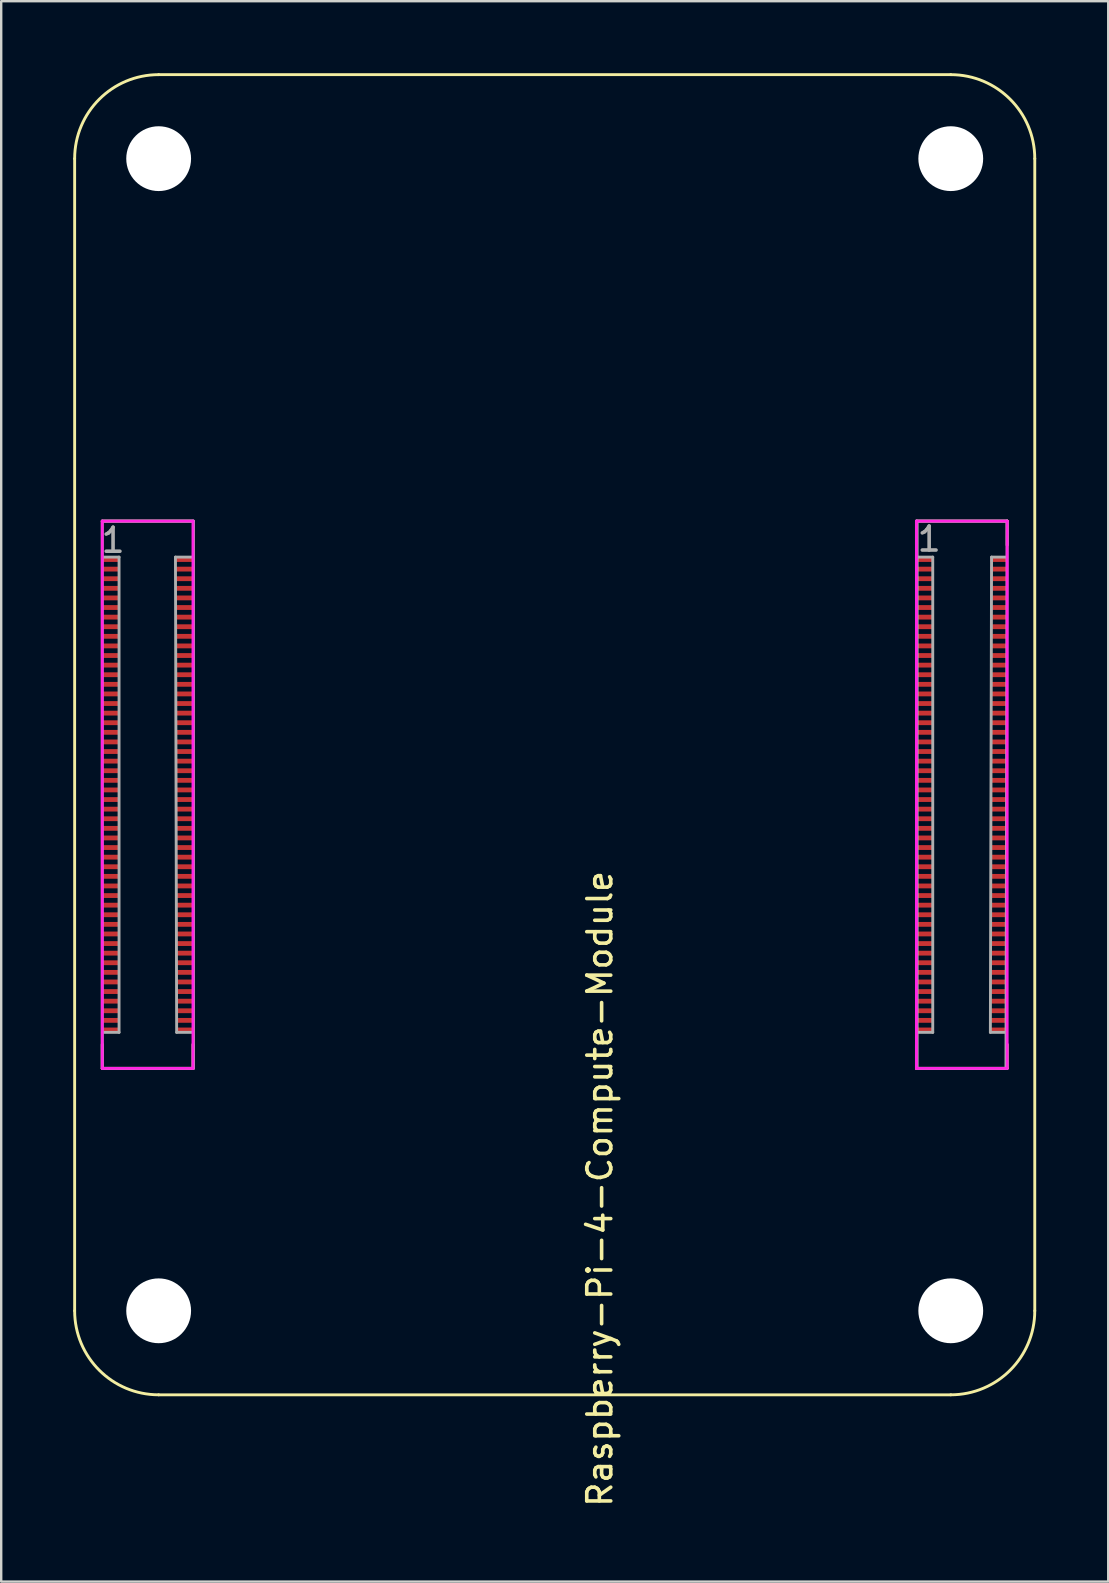
<source format=kicad_pcb>
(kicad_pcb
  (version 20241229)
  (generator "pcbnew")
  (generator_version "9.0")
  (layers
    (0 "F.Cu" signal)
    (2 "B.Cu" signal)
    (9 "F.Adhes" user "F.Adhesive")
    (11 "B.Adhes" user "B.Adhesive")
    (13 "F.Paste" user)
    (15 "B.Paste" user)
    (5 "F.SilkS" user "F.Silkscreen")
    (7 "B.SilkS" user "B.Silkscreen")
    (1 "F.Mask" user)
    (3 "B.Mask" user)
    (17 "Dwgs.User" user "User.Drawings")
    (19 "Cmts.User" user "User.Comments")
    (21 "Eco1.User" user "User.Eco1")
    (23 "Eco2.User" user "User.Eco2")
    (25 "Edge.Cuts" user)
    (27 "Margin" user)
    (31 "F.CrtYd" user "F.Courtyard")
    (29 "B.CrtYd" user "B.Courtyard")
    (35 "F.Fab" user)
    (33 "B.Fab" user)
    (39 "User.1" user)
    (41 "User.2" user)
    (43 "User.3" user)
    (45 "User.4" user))
  (footprint "Raspberry-Pi-4-Compute-Module"
    (layer "F.Cu")
    (at 20.06 30.06)
    (property "Reference" "Raspberry-Pi-4-Compute-Module" (at 1.88 16.42 270) (layer "F.SilkS") (effects (font (size 1 1) (thickness 0.15))))
    (attr smd)
    (fp_line (start -20 -26.5) (end -20 21.5) (stroke (width 0.12) (type solid)) (layer "F.SilkS"))
    (fp_line (start -18.85 -11.4) (end -15.07 -11.4) (stroke (width 0.12) (type solid)) (layer "F.SilkS"))
    (fp_line (start -18.85 11.4) (end -18.85 10.4) (stroke (width 0.12) (type solid)) (layer "F.SilkS"))
    (fp_line (start -18.85 11.4) (end -15.07 11.4) (stroke (width 0.12) (type solid)) (layer "F.SilkS"))
    (fp_line (start -16.5 25) (end 16.5 25) (stroke (width 0.12) (type solid)) (layer "F.SilkS"))
    (fp_line (start -15.07 11.4) (end -15.07 10.4) (stroke (width 0.12) (type solid)) (layer "F.SilkS"))
    (fp_line (start 15.07 -11.4) (end 15.07 -10.4) (stroke (width 0.12) (type solid)) (layer "F.SilkS"))
    (fp_line (start 15.07 -11.4) (end 18.85 -11.4) (stroke (width 0.12) (type solid)) (layer "F.SilkS"))
    (fp_line (start 15.07 11.4) (end 15.07 10.4) (stroke (width 0.12) (type solid)) (layer "F.SilkS"))
    (fp_line (start 15.07 11.4) (end 18.85 11.4) (stroke (width 0.12) (type solid)) (layer "F.SilkS"))
    (fp_line (start 16.5 -30) (end -16.5 -30) (stroke (width 0.12) (type solid)) (layer "F.SilkS"))
    (fp_line (start 18.85 -11.4) (end 18.85 -10.4) (stroke (width 0.12) (type solid)) (layer "F.SilkS"))
    (fp_line (start 18.85 11.4) (end 18.85 10.4) (stroke (width 0.12) (type solid)) (layer "F.SilkS"))
    (fp_line (start 20 21.5) (end 20 -26.5) (stroke (width 0.12) (type solid)) (layer "F.SilkS"))
    (fp_arc (start -20 -26.5) (mid -18.974874 -28.974874) (end -16.5 -30) (stroke (width 0.12) (type solid)) (layer "F.SilkS"))
    (fp_arc (start -16.5 25) (mid -18.974874 23.974874) (end -20 21.5) (stroke (width 0.12) (type solid)) (layer "F.SilkS"))
    (fp_arc (start 16.5 -30) (mid 18.974874 -28.974874) (end 20 -26.5) (stroke (width 0.12) (type solid)) (layer "F.SilkS"))
    (fp_arc (start 20 21.5) (mid 18.974874 23.974874) (end 16.5 25) (stroke (width 0.12) (type solid)) (layer "F.SilkS"))
    (fp_line (start -18.85 -11.4) (end -15.07 -11.4) (stroke (width 0.12) (type solid)) (layer "F.CrtYd"))
    (fp_line (start -18.85 11.4) (end -18.85 -11.4) (stroke (width 0.12) (type solid)) (layer "F.CrtYd"))
    (fp_line (start -15.07 -11.4) (end -15.07 11.4) (stroke (width 0.12) (type solid)) (layer "F.CrtYd"))
    (fp_line (start -15.07 11.4) (end -18.85 11.4) (stroke (width 0.12) (type solid)) (layer "F.CrtYd"))
    (fp_line (start 15.07 -11.4) (end 18.85 -11.4) (stroke (width 0.12) (type solid)) (layer "F.CrtYd"))
    (fp_line (start 15.07 11.4) (end 15.07 -11.4) (stroke (width 0.12) (type solid)) (layer "F.CrtYd"))
    (fp_line (start 18.85 -11.4) (end 18.85 11.4) (stroke (width 0.12) (type solid)) (layer "F.CrtYd"))
    (fp_line (start 18.85 11.4) (end 15.07 11.4) (stroke (width 0.12) (type solid)) (layer "F.CrtYd"))
    (fp_line (start -18.85 -11.4) (end -15.05 -11.4) (stroke (width 0.12) (type solid)) (layer "F.Fab"))
    (fp_line (start -18.85 11.4) (end -18.85 -11.4) (stroke (width 0.12) (type solid)) (layer "F.Fab"))
    (fp_line (start -18.8 -9.9) (end -18.15 -9.9) (stroke (width 0.12) (type solid)) (layer "F.Fab"))
    (fp_line (start -18.15 -9.9) (end -18.15 9.9) (stroke (width 0.12) (type solid)) (layer "F.Fab"))
    (fp_line (start -18.15 9.9) (end -18.8 9.9) (stroke (width 0.12) (type solid)) (layer "F.Fab"))
    (fp_line (start -15.8 -9.9) (end -15.1 -9.9) (stroke (width 0.12) (type solid)) (layer "F.Fab"))
    (fp_line (start -15.75 9.9) (end -15.8 -9.9) (stroke (width 0.12) (type solid)) (layer "F.Fab"))
    (fp_line (start -15.1 9.9) (end -15.75 9.9) (stroke (width 0.12) (type solid)) (layer "F.Fab"))
    (fp_line (start -15.05 -11.4) (end -15.05 11.4) (stroke (width 0.12) (type solid)) (layer "F.Fab"))
    (fp_line (start -15.05 11.4) (end -18.85 11.4) (stroke (width 0.12) (type solid)) (layer "F.Fab"))
    (fp_line (start 15.1 -11.4) (end 18.85 -11.4) (stroke (width 0.12) (type solid)) (layer "F.Fab"))
    (fp_line (start 15.1 11.4) (end 15.1 -11.4) (stroke (width 0.12) (type solid)) (layer "F.Fab"))
    (fp_line (start 15.15 -9.9) (end 15.75 -9.9) (stroke (width 0.12) (type solid)) (layer "F.Fab"))
    (fp_line (start 15.75 -9.9) (end 15.75 9.9) (stroke (width 0.12) (type solid)) (layer "F.Fab"))
    (fp_line (start 15.75 9.9) (end 15.15 9.9) (stroke (width 0.12) (type solid)) (layer "F.Fab"))
    (fp_line (start 18.15 9.9) (end 18.2 -9.9) (stroke (width 0.12) (type solid)) (layer "F.Fab"))
    (fp_line (start 18.2 -9.9) (end 18.8 -9.9) (stroke (width 0.12) (type solid)) (layer "F.Fab"))
    (fp_line (start 18.75 9.9) (end 18.15 9.9) (stroke (width 0.12) (type solid)) (layer "F.Fab"))
    (fp_line (start 18.8 11.4) (end 15.1 11.4) (stroke (width 0.12) (type solid)) (layer "F.Fab"))
    (fp_line (start 18.85 -11.4) (end 18.8 11.4) (stroke (width 0.12) (type solid)) (layer "F.Fab"))
    (fp_text user "1" (at -18.4 -10.6 0) (layer "F.Fab") (effects (font (size 1 1) (thickness 0.15))))
    (fp_text user "1" (at 15.6 -10.65 0) (layer "F.Fab") (effects (font (size 1 1) (thickness 0.15))))
    (pad "" np_thru_hole circle (at -16.5 -26.5) (size 2.7 2.7) (drill 2.7) (layers "*.Cu" "*.Mask"))
    (pad "" np_thru_hole circle (at -16.5 21.5) (size 2.7 2.7) (drill 2.7) (layers "*.Cu" "*.Mask"))
    (pad "" np_thru_hole circle (at 16.5 -26.5) (size 2.7 2.7) (drill 2.7) (layers "*.Cu" "*.Mask"))
    (pad "" np_thru_hole circle (at 16.5 21.5) (size 2.7 2.7) (drill 2.7) (layers "*.Cu" "*.Mask"))
    (pad "1" smd rect (at -18.5 -9.8 270) (size 0.2 0.7) (layers "F.Cu" "F.Mask" "F.Paste"))
    (pad "2" smd rect (at -15.42 -9.8 270) (size 0.2 0.7) (layers "F.Cu" "F.Mask" "F.Paste"))
    (pad "3" smd rect (at -18.5 -9.4 270) (size 0.2 0.7) (layers "F.Cu" "F.Mask" "F.Paste"))
    (pad "4" smd rect (at -15.42 -9.4 270) (size 0.2 0.7) (layers "F.Cu" "F.Mask" "F.Paste"))
    (pad "5" smd rect (at -18.5 -9 270) (size 0.2 0.7) (layers "F.Cu" "F.Mask" "F.Paste"))
    (pad "6" smd rect (at -15.42 -9 270) (size 0.2 0.7) (layers "F.Cu" "F.Mask" "F.Paste"))
    (pad "7" smd rect (at -18.5 -8.6 270) (size 0.2 0.7) (layers "F.Cu" "F.Mask" "F.Paste"))
    (pad "8" smd rect (at -15.42 -8.6 270) (size 0.2 0.7) (layers "F.Cu" "F.Mask" "F.Paste"))
    (pad "9" smd rect (at -18.5 -8.2 270) (size 0.2 0.7) (layers "F.Cu" "F.Mask" "F.Paste"))
    (pad "10" smd rect (at -15.42 -8.2 270) (size 0.2 0.7) (layers "F.Cu" "F.Mask" "F.Paste"))
    (pad "11" smd rect (at -18.5 -7.8 270) (size 0.2 0.7) (layers "F.Cu" "F.Mask" "F.Paste"))
    (pad "12" smd rect (at -15.42 -7.8 270) (size 0.2 0.7) (layers "F.Cu" "F.Mask" "F.Paste"))
    (pad "13" smd rect (at -18.5 -7.4 270) (size 0.2 0.7) (layers "F.Cu" "F.Mask" "F.Paste"))
    (pad "14" smd rect (at -15.42 -7.4 270) (size 0.2 0.7) (layers "F.Cu" "F.Mask" "F.Paste"))
    (pad "15" smd rect (at -18.5 -7 270) (size 0.2 0.7) (layers "F.Cu" "F.Mask" "F.Paste"))
    (pad "16" smd rect (at -15.42 -7 270) (size 0.2 0.7) (layers "F.Cu" "F.Mask" "F.Paste"))
    (pad "17" smd rect (at -18.5 -6.6 270) (size 0.2 0.7) (layers "F.Cu" "F.Mask" "F.Paste"))
    (pad "18" smd rect (at -15.42 -6.6 270) (size 0.2 0.7) (layers "F.Cu" "F.Mask" "F.Paste"))
    (pad "19" smd rect (at -18.5 -6.2 270) (size 0.2 0.7) (layers "F.Cu" "F.Mask" "F.Paste"))
    (pad "20" smd rect (at -15.42 -6.2 270) (size 0.2 0.7) (layers "F.Cu" "F.Mask" "F.Paste"))
    (pad "21" smd rect (at -18.5 -5.8 270) (size 0.2 0.7) (layers "F.Cu" "F.Mask" "F.Paste"))
    (pad "22" smd rect (at -15.42 -5.8 270) (size 0.2 0.7) (layers "F.Cu" "F.Mask" "F.Paste"))
    (pad "23" smd rect (at -18.5 -5.4 270) (size 0.2 0.7) (layers "F.Cu" "F.Mask" "F.Paste"))
    (pad "24" smd rect (at -15.42 -5.4 270) (size 0.2 0.7) (layers "F.Cu" "F.Mask" "F.Paste"))
    (pad "25" smd rect (at -18.5 -5 270) (size 0.2 0.7) (layers "F.Cu" "F.Mask" "F.Paste"))
    (pad "26" smd rect (at -15.42 -5 270) (size 0.2 0.7) (layers "F.Cu" "F.Mask" "F.Paste"))
    (pad "27" smd rect (at -18.5 -4.6 270) (size 0.2 0.7) (layers "F.Cu" "F.Mask" "F.Paste"))
    (pad "28" smd rect (at -15.42 -4.6 270) (size 0.2 0.7) (layers "F.Cu" "F.Mask" "F.Paste"))
    (pad "29" smd rect (at -18.5 -4.2 270) (size 0.2 0.7) (layers "F.Cu" "F.Mask" "F.Paste"))
    (pad "30" smd rect (at -15.42 -4.2 270) (size 0.2 0.7) (layers "F.Cu" "F.Mask" "F.Paste"))
    (pad "31" smd rect (at -18.5 -3.8 270) (size 0.2 0.7) (layers "F.Cu" "F.Mask" "F.Paste"))
    (pad "32" smd rect (at -15.42 -3.8 270) (size 0.2 0.7) (layers "F.Cu" "F.Mask" "F.Paste"))
    (pad "33" smd rect (at -18.5 -3.4 270) (size 0.2 0.7) (layers "F.Cu" "F.Mask" "F.Paste"))
    (pad "34" smd rect (at -15.42 -3.4 270) (size 0.2 0.7) (layers "F.Cu" "F.Mask" "F.Paste"))
    (pad "35" smd rect (at -18.5 -3 270) (size 0.2 0.7) (layers "F.Cu" "F.Mask" "F.Paste"))
    (pad "36" smd rect (at -15.42 -3 270) (size 0.2 0.7) (layers "F.Cu" "F.Mask" "F.Paste"))
    (pad "37" smd rect (at -18.5 -2.6 270) (size 0.2 0.7) (layers "F.Cu" "F.Mask" "F.Paste"))
    (pad "38" smd rect (at -15.42 -2.6 270) (size 0.2 0.7) (layers "F.Cu" "F.Mask" "F.Paste"))
    (pad "39" smd rect (at -18.5 -2.2 270) (size 0.2 0.7) (layers "F.Cu" "F.Mask" "F.Paste"))
    (pad "40" smd rect (at -15.42 -2.2 270) (size 0.2 0.7) (layers "F.Cu" "F.Mask" "F.Paste"))
    (pad "41" smd rect (at -18.5 -1.8 270) (size 0.2 0.7) (layers "F.Cu" "F.Mask" "F.Paste"))
    (pad "42" smd rect (at -15.42 -1.8 270) (size 0.2 0.7) (layers "F.Cu" "F.Mask" "F.Paste"))
    (pad "43" smd rect (at -18.5 -1.4 270) (size 0.2 0.7) (layers "F.Cu" "F.Mask" "F.Paste"))
    (pad "44" smd rect (at -15.42 -1.4 270) (size 0.2 0.7) (layers "F.Cu" "F.Mask" "F.Paste"))
    (pad "45" smd rect (at -18.5 -1 270) (size 0.2 0.7) (layers "F.Cu" "F.Mask" "F.Paste"))
    (pad "46" smd rect (at -15.42 -1 270) (size 0.2 0.7) (layers "F.Cu" "F.Mask" "F.Paste"))
    (pad "47" smd rect (at -18.5 -0.6 270) (size 0.2 0.7) (layers "F.Cu" "F.Mask" "F.Paste"))
    (pad "48" smd rect (at -15.42 -0.6 270) (size 0.2 0.7) (layers "F.Cu" "F.Mask" "F.Paste"))
    (pad "49" smd rect (at -18.5 -0.2 270) (size 0.2 0.7) (layers "F.Cu" "F.Mask" "F.Paste"))
    (pad "50" smd rect (at -15.42 -0.2 270) (size 0.2 0.7) (layers "F.Cu" "F.Mask" "F.Paste"))
    (pad "51" smd rect (at -18.5 0.2 270) (size 0.2 0.7) (layers "F.Cu" "F.Mask" "F.Paste"))
    (pad "52" smd rect (at -15.42 0.2 270) (size 0.2 0.7) (layers "F.Cu" "F.Mask" "F.Paste"))
    (pad "53" smd rect (at -18.5 0.6 270) (size 0.2 0.7) (layers "F.Cu" "F.Mask" "F.Paste"))
    (pad "54" smd rect (at -15.42 0.6 270) (size 0.2 0.7) (layers "F.Cu" "F.Mask" "F.Paste"))
    (pad "55" smd rect (at -18.5 1 270) (size 0.2 0.7) (layers "F.Cu" "F.Mask" "F.Paste"))
    (pad "56" smd rect (at -15.42 1 270) (size 0.2 0.7) (layers "F.Cu" "F.Mask" "F.Paste"))
    (pad "57" smd rect (at -18.5 1.4 270) (size 0.2 0.7) (layers "F.Cu" "F.Mask" "F.Paste"))
    (pad "58" smd rect (at -15.42 1.4 270) (size 0.2 0.7) (layers "F.Cu" "F.Mask" "F.Paste"))
    (pad "59" smd rect (at -18.5 1.8 270) (size 0.2 0.7) (layers "F.Cu" "F.Mask" "F.Paste"))
    (pad "60" smd rect (at -15.42 1.8 270) (size 0.2 0.7) (layers "F.Cu" "F.Mask" "F.Paste"))
    (pad "61" smd rect (at -18.5 2.2 270) (size 0.2 0.7) (layers "F.Cu" "F.Mask" "F.Paste"))
    (pad "62" smd rect (at -15.42 2.2 270) (size 0.2 0.7) (layers "F.Cu" "F.Mask" "F.Paste"))
    (pad "63" smd rect (at -18.5 2.6 270) (size 0.2 0.7) (layers "F.Cu" "F.Mask" "F.Paste"))
    (pad "64" smd rect (at -15.42 2.6 270) (size 0.2 0.7) (layers "F.Cu" "F.Mask" "F.Paste"))
    (pad "65" smd rect (at -18.5 3 270) (size 0.2 0.7) (layers "F.Cu" "F.Mask" "F.Paste"))
    (pad "66" smd rect (at -15.42 3 270) (size 0.2 0.7) (layers "F.Cu" "F.Mask" "F.Paste"))
    (pad "67" smd rect (at -18.5 3.4 270) (size 0.2 0.7) (layers "F.Cu" "F.Mask" "F.Paste"))
    (pad "68" smd rect (at -15.42 3.4 270) (size 0.2 0.7) (layers "F.Cu" "F.Mask" "F.Paste"))
    (pad "69" smd rect (at -18.5 3.8 270) (size 0.2 0.7) (layers "F.Cu" "F.Mask" "F.Paste"))
    (pad "70" smd rect (at -15.42 3.8 270) (size 0.2 0.7) (layers "F.Cu" "F.Mask" "F.Paste"))
    (pad "71" smd rect (at -18.5 4.2 270) (size 0.2 0.7) (layers "F.Cu" "F.Mask" "F.Paste"))
    (pad "72" smd rect (at -15.42 4.2 270) (size 0.2 0.7) (layers "F.Cu" "F.Mask" "F.Paste"))
    (pad "73" smd rect (at -18.5 4.6 270) (size 0.2 0.7) (layers "F.Cu" "F.Mask" "F.Paste"))
    (pad "74" smd rect (at -15.42 4.6 270) (size 0.2 0.7) (layers "F.Cu" "F.Mask" "F.Paste"))
    (pad "75" smd rect (at -18.5 5 270) (size 0.2 0.7) (layers "F.Cu" "F.Mask" "F.Paste"))
    (pad "76" smd rect (at -15.42 5 270) (size 0.2 0.7) (layers "F.Cu" "F.Mask" "F.Paste"))
    (pad "77" smd rect (at -18.5 5.4 270) (size 0.2 0.7) (layers "F.Cu" "F.Mask" "F.Paste"))
    (pad "78" smd rect (at -15.42 5.4 270) (size 0.2 0.7) (layers "F.Cu" "F.Mask" "F.Paste"))
    (pad "79" smd rect (at -18.5 5.8 270) (size 0.2 0.7) (layers "F.Cu" "F.Mask" "F.Paste"))
    (pad "80" smd rect (at -15.42 5.8 270) (size 0.2 0.7) (layers "F.Cu" "F.Mask" "F.Paste"))
    (pad "81" smd rect (at -18.5 6.2 270) (size 0.2 0.7) (layers "F.Cu" "F.Mask" "F.Paste"))
    (pad "82" smd rect (at -15.42 6.2 270) (size 0.2 0.7) (layers "F.Cu" "F.Mask" "F.Paste"))
    (pad "83" smd rect (at -18.5 6.6 270) (size 0.2 0.7) (layers "F.Cu" "F.Mask" "F.Paste"))
    (pad "84" smd rect (at -15.42 6.6 270) (size 0.2 0.7) (layers "F.Cu" "F.Mask" "F.Paste"))
    (pad "85" smd rect (at -18.5 7 270) (size 0.2 0.7) (layers "F.Cu" "F.Mask" "F.Paste"))
    (pad "86" smd rect (at -15.42 7 270) (size 0.2 0.7) (layers "F.Cu" "F.Mask" "F.Paste"))
    (pad "87" smd rect (at -18.5 7.4 270) (size 0.2 0.7) (layers "F.Cu" "F.Mask" "F.Paste"))
    (pad "88" smd rect (at -15.42 7.4 270) (size 0.2 0.7) (layers "F.Cu" "F.Mask" "F.Paste"))
    (pad "89" smd rect (at -18.5 7.8 270) (size 0.2 0.7) (layers "F.Cu" "F.Mask" "F.Paste"))
    (pad "90" smd rect (at -15.42 7.8 270) (size 0.2 0.7) (layers "F.Cu" "F.Mask" "F.Paste"))
    (pad "91" smd rect (at -18.5 8.2 270) (size 0.2 0.7) (layers "F.Cu" "F.Mask" "F.Paste"))
    (pad "92" smd rect (at -15.42 8.2 270) (size 0.2 0.7) (layers "F.Cu" "F.Mask" "F.Paste"))
    (pad "93" smd rect (at -18.5 8.6 270) (size 0.2 0.7) (layers "F.Cu" "F.Mask" "F.Paste"))
    (pad "94" smd rect (at -15.42 8.6 270) (size 0.2 0.7) (layers "F.Cu" "F.Mask" "F.Paste"))
    (pad "95" smd rect (at -18.5 9 270) (size 0.2 0.7) (layers "F.Cu" "F.Mask" "F.Paste"))
    (pad "96" smd rect (at -15.42 9 270) (size 0.2 0.7) (layers "F.Cu" "F.Mask" "F.Paste"))
    (pad "97" smd rect (at -18.5 9.4 270) (size 0.2 0.7) (layers "F.Cu" "F.Mask" "F.Paste"))
    (pad "98" smd rect (at -15.42 9.4 270) (size 0.2 0.7) (layers "F.Cu" "F.Mask" "F.Paste"))
    (pad "99" smd rect (at -18.5 9.8 270) (size 0.2 0.7) (layers "F.Cu" "F.Mask" "F.Paste"))
    (pad "100" smd rect (at -15.42 9.8 270) (size 0.2 0.7) (layers "F.Cu" "F.Mask" "F.Paste"))
    (pad "101" smd rect (at 15.42 -9.8 270) (size 0.2 0.7) (layers "F.Cu" "F.Mask" "F.Paste"))
    (pad "102" smd rect (at 18.5 -9.8 270) (size 0.2 0.7) (layers "F.Cu" "F.Mask" "F.Paste"))
    (pad "103" smd rect (at 15.42 -9.4 270) (size 0.2 0.7) (layers "F.Cu" "F.Mask" "F.Paste"))
    (pad "104" smd rect (at 18.5 -9.4 270) (size 0.2 0.7) (layers "F.Cu" "F.Mask" "F.Paste"))
    (pad "105" smd rect (at 15.42 -9 270) (size 0.2 0.7) (layers "F.Cu" "F.Mask" "F.Paste"))
    (pad "106" smd rect (at 18.5 -9 270) (size 0.2 0.7) (layers "F.Cu" "F.Mask" "F.Paste"))
    (pad "107" smd rect (at 15.42 -8.6 270) (size 0.2 0.7) (layers "F.Cu" "F.Mask" "F.Paste"))
    (pad "108" smd rect (at 18.5 -8.6 270) (size 0.2 0.7) (layers "F.Cu" "F.Mask" "F.Paste"))
    (pad "109" smd rect (at 15.42 -8.2 270) (size 0.2 0.7) (layers "F.Cu" "F.Mask" "F.Paste"))
    (pad "110" smd rect (at 18.5 -8.2 270) (size 0.2 0.7) (layers "F.Cu" "F.Mask" "F.Paste"))
    (pad "111" smd rect (at 15.42 -7.8 270) (size 0.2 0.7) (layers "F.Cu" "F.Mask" "F.Paste"))
    (pad "112" smd rect (at 18.5 -7.8 270) (size 0.2 0.7) (layers "F.Cu" "F.Mask" "F.Paste"))
    (pad "113" smd rect (at 15.42 -7.4 270) (size 0.2 0.7) (layers "F.Cu" "F.Mask" "F.Paste"))
    (pad "114" smd rect (at 18.5 -7.4 270) (size 0.2 0.7) (layers "F.Cu" "F.Mask" "F.Paste"))
    (pad "115" smd rect (at 15.42 -7 270) (size 0.2 0.7) (layers "F.Cu" "F.Mask" "F.Paste"))
    (pad "116" smd rect (at 18.5 -7 270) (size 0.2 0.7) (layers "F.Cu" "F.Mask" "F.Paste"))
    (pad "117" smd rect (at 15.42 -6.6 270) (size 0.2 0.7) (layers "F.Cu" "F.Mask" "F.Paste"))
    (pad "118" smd rect (at 18.5 -6.6 270) (size 0.2 0.7) (layers "F.Cu" "F.Mask" "F.Paste"))
    (pad "119" smd rect (at 15.42 -6.2 270) (size 0.2 0.7) (layers "F.Cu" "F.Mask" "F.Paste"))
    (pad "120" smd rect (at 18.5 -6.2 270) (size 0.2 0.7) (layers "F.Cu" "F.Mask" "F.Paste"))
    (pad "121" smd rect (at 15.42 -5.8 270) (size 0.2 0.7) (layers "F.Cu" "F.Mask" "F.Paste"))
    (pad "122" smd rect (at 18.5 -5.8 270) (size 0.2 0.7) (layers "F.Cu" "F.Mask" "F.Paste"))
    (pad "123" smd rect (at 15.42 -5.4 270) (size 0.2 0.7) (layers "F.Cu" "F.Mask" "F.Paste"))
    (pad "124" smd rect (at 18.5 -5.4 270) (size 0.2 0.7) (layers "F.Cu" "F.Mask" "F.Paste"))
    (pad "125" smd rect (at 15.42 -5 270) (size 0.2 0.7) (layers "F.Cu" "F.Mask" "F.Paste"))
    (pad "126" smd rect (at 18.5 -5 270) (size 0.2 0.7) (layers "F.Cu" "F.Mask" "F.Paste"))
    (pad "127" smd rect (at 15.42 -4.6 270) (size 0.2 0.7) (layers "F.Cu" "F.Mask" "F.Paste"))
    (pad "128" smd rect (at 18.5 -4.6 270) (size 0.2 0.7) (layers "F.Cu" "F.Mask" "F.Paste"))
    (pad "129" smd rect (at 15.42 -4.2 270) (size 0.2 0.7) (layers "F.Cu" "F.Mask" "F.Paste"))
    (pad "130" smd rect (at 18.5 -4.2 270) (size 0.2 0.7) (layers "F.Cu" "F.Mask" "F.Paste"))
    (pad "131" smd rect (at 15.42 -3.8 270) (size 0.2 0.7) (layers "F.Cu" "F.Mask" "F.Paste"))
    (pad "132" smd rect (at 18.5 -3.8 270) (size 0.2 0.7) (layers "F.Cu" "F.Mask" "F.Paste"))
    (pad "133" smd rect (at 15.42 -3.4 270) (size 0.2 0.7) (layers "F.Cu" "F.Mask" "F.Paste"))
    (pad "134" smd rect (at 18.5 -3.4 270) (size 0.2 0.7) (layers "F.Cu" "F.Mask" "F.Paste"))
    (pad "135" smd rect (at 15.42 -3 270) (size 0.2 0.7) (layers "F.Cu" "F.Mask" "F.Paste"))
    (pad "136" smd rect (at 18.5 -3 270) (size 0.2 0.7) (layers "F.Cu" "F.Mask" "F.Paste"))
    (pad "137" smd rect (at 15.42 -2.6 270) (size 0.2 0.7) (layers "F.Cu" "F.Mask" "F.Paste"))
    (pad "138" smd rect (at 18.5 -2.6 270) (size 0.2 0.7) (layers "F.Cu" "F.Mask" "F.Paste"))
    (pad "139" smd rect (at 15.42 -2.2 270) (size 0.2 0.7) (layers "F.Cu" "F.Mask" "F.Paste"))
    (pad "140" smd rect (at 18.5 -2.2 270) (size 0.2 0.7) (layers "F.Cu" "F.Mask" "F.Paste"))
    (pad "141" smd rect (at 15.42 -1.8 270) (size 0.2 0.7) (layers "F.Cu" "F.Mask" "F.Paste"))
    (pad "142" smd rect (at 18.5 -1.8 270) (size 0.2 0.7) (layers "F.Cu" "F.Mask" "F.Paste"))
    (pad "143" smd rect (at 15.42 -1.4 270) (size 0.2 0.7) (layers "F.Cu" "F.Mask" "F.Paste"))
    (pad "144" smd rect (at 18.5 -1.4 270) (size 0.2 0.7) (layers "F.Cu" "F.Mask" "F.Paste"))
    (pad "145" smd rect (at 15.42 -1 270) (size 0.2 0.7) (layers "F.Cu" "F.Mask" "F.Paste"))
    (pad "146" smd rect (at 18.5 -1 270) (size 0.2 0.7) (layers "F.Cu" "F.Mask" "F.Paste"))
    (pad "147" smd rect (at 15.42 -0.6 270) (size 0.2 0.7) (layers "F.Cu" "F.Mask" "F.Paste"))
    (pad "148" smd rect (at 18.5 -0.6 270) (size 0.2 0.7) (layers "F.Cu" "F.Mask" "F.Paste"))
    (pad "149" smd rect (at 15.42 -0.2 270) (size 0.2 0.7) (layers "F.Cu" "F.Mask" "F.Paste"))
    (pad "150" smd rect (at 18.5 -0.2 270) (size 0.2 0.7) (layers "F.Cu" "F.Mask" "F.Paste"))
    (pad "151" smd rect (at 15.42 0.2 270) (size 0.2 0.7) (layers "F.Cu" "F.Mask" "F.Paste"))
    (pad "152" smd rect (at 18.5 0.2 270) (size 0.2 0.7) (layers "F.Cu" "F.Mask" "F.Paste"))
    (pad "153" smd rect (at 15.42 0.6 270) (size 0.2 0.7) (layers "F.Cu" "F.Mask" "F.Paste"))
    (pad "154" smd rect (at 18.5 0.6 270) (size 0.2 0.7) (layers "F.Cu" "F.Mask" "F.Paste"))
    (pad "155" smd rect (at 15.42 1 270) (size 0.2 0.7) (layers "F.Cu" "F.Mask" "F.Paste"))
    (pad "156" smd rect (at 18.5 1 270) (size 0.2 0.7) (layers "F.Cu" "F.Mask" "F.Paste"))
    (pad "157" smd rect (at 15.42 1.4 270) (size 0.2 0.7) (layers "F.Cu" "F.Mask" "F.Paste"))
    (pad "158" smd rect (at 18.5 1.4 270) (size 0.2 0.7) (layers "F.Cu" "F.Mask" "F.Paste"))
    (pad "159" smd rect (at 15.42 1.8 270) (size 0.2 0.7) (layers "F.Cu" "F.Mask" "F.Paste"))
    (pad "160" smd rect (at 18.5 1.8 270) (size 0.2 0.7) (layers "F.Cu" "F.Mask" "F.Paste"))
    (pad "161" smd rect (at 15.42 2.2 270) (size 0.2 0.7) (layers "F.Cu" "F.Mask" "F.Paste"))
    (pad "162" smd rect (at 18.5 2.2 270) (size 0.2 0.7) (layers "F.Cu" "F.Mask" "F.Paste"))
    (pad "163" smd rect (at 15.42 2.6 270) (size 0.2 0.7) (layers "F.Cu" "F.Mask" "F.Paste"))
    (pad "164" smd rect (at 18.5 2.6 270) (size 0.2 0.7) (layers "F.Cu" "F.Mask" "F.Paste"))
    (pad "165" smd rect (at 15.42 3 270) (size 0.2 0.7) (layers "F.Cu" "F.Mask" "F.Paste"))
    (pad "166" smd rect (at 18.5 3 270) (size 0.2 0.7) (layers "F.Cu" "F.Mask" "F.Paste"))
    (pad "167" smd rect (at 15.42 3.4 270) (size 0.2 0.7) (layers "F.Cu" "F.Mask" "F.Paste"))
    (pad "168" smd rect (at 18.5 3.4 270) (size 0.2 0.7) (layers "F.Cu" "F.Mask" "F.Paste"))
    (pad "169" smd rect (at 15.42 3.8 270) (size 0.2 0.7) (layers "F.Cu" "F.Mask" "F.Paste"))
    (pad "170" smd rect (at 18.5 3.8 270) (size 0.2 0.7) (layers "F.Cu" "F.Mask" "F.Paste"))
    (pad "171" smd rect (at 15.42 4.2 270) (size 0.2 0.7) (layers "F.Cu" "F.Mask" "F.Paste"))
    (pad "172" smd rect (at 18.5 4.2 270) (size 0.2 0.7) (layers "F.Cu" "F.Mask" "F.Paste"))
    (pad "173" smd rect (at 15.42 4.6 270) (size 0.2 0.7) (layers "F.Cu" "F.Mask" "F.Paste"))
    (pad "174" smd rect (at 18.5 4.6 270) (size 0.2 0.7) (layers "F.Cu" "F.Mask" "F.Paste"))
    (pad "175" smd rect (at 15.42 5 270) (size 0.2 0.7) (layers "F.Cu" "F.Mask" "F.Paste"))
    (pad "176" smd rect (at 18.5 5 270) (size 0.2 0.7) (layers "F.Cu" "F.Mask" "F.Paste"))
    (pad "177" smd rect (at 15.42 5.4 270) (size 0.2 0.7) (layers "F.Cu" "F.Mask" "F.Paste"))
    (pad "178" smd rect (at 18.5 5.4 270) (size 0.2 0.7) (layers "F.Cu" "F.Mask" "F.Paste"))
    (pad "179" smd rect (at 15.42 5.8 270) (size 0.2 0.7) (layers "F.Cu" "F.Mask" "F.Paste"))
    (pad "180" smd rect (at 18.5 5.8 270) (size 0.2 0.7) (layers "F.Cu" "F.Mask" "F.Paste"))
    (pad "181" smd rect (at 15.42 6.2 270) (size 0.2 0.7) (layers "F.Cu" "F.Mask" "F.Paste"))
    (pad "182" smd rect (at 18.5 6.2 270) (size 0.2 0.7) (layers "F.Cu" "F.Mask" "F.Paste"))
    (pad "183" smd rect (at 15.42 6.6 270) (size 0.2 0.7) (layers "F.Cu" "F.Mask" "F.Paste"))
    (pad "184" smd rect (at 18.5 6.6 270) (size 0.2 0.7) (layers "F.Cu" "F.Mask" "F.Paste"))
    (pad "185" smd rect (at 15.42 7 270) (size 0.2 0.7) (layers "F.Cu" "F.Mask" "F.Paste"))
    (pad "186" smd rect (at 18.5 7 270) (size 0.2 0.7) (layers "F.Cu" "F.Mask" "F.Paste"))
    (pad "187" smd rect (at 15.42 7.4 270) (size 0.2 0.7) (layers "F.Cu" "F.Mask" "F.Paste"))
    (pad "188" smd rect (at 18.5 7.4 270) (size 0.2 0.7) (layers "F.Cu" "F.Mask" "F.Paste"))
    (pad "189" smd rect (at 15.42 7.8 270) (size 0.2 0.7) (layers "F.Cu" "F.Mask" "F.Paste"))
    (pad "190" smd rect (at 18.5 7.8 270) (size 0.2 0.7) (layers "F.Cu" "F.Mask" "F.Paste"))
    (pad "191" smd rect (at 15.42 8.2 270) (size 0.2 0.7) (layers "F.Cu" "F.Mask" "F.Paste"))
    (pad "192" smd rect (at 18.5 8.2 270) (size 0.2 0.7) (layers "F.Cu" "F.Mask" "F.Paste"))
    (pad "193" smd rect (at 15.42 8.6 270) (size 0.2 0.7) (layers "F.Cu" "F.Mask" "F.Paste"))
    (pad "194" smd rect (at 18.5 8.6 270) (size 0.2 0.7) (layers "F.Cu" "F.Mask" "F.Paste"))
    (pad "195" smd rect (at 15.42 9 270) (size 0.2 0.7) (layers "F.Cu" "F.Mask" "F.Paste"))
    (pad "196" smd rect (at 18.5 9 270) (size 0.2 0.7) (layers "F.Cu" "F.Mask" "F.Paste"))
    (pad "197" smd rect (at 15.42 9.4 270) (size 0.2 0.7) (layers "F.Cu" "F.Mask" "F.Paste"))
    (pad "198" smd rect (at 18.5 9.4 270) (size 0.2 0.7) (layers "F.Cu" "F.Mask" "F.Paste"))
    (pad "199" smd rect (at 15.42 9.8 270) (size 0.2 0.7) (layers "F.Cu" "F.Mask" "F.Paste"))
    (pad "200" smd rect (at 18.5 9.8 270) (size 0.2 0.7) (layers "F.Cu" "F.Mask" "F.Paste")))
  (gr_rect
    (start -3 -3)
    (end 43.12 62.843)
    (stroke (width 0.1) (type default))
    (fill no)
    (layer "Edge.Cuts")))
</source>
